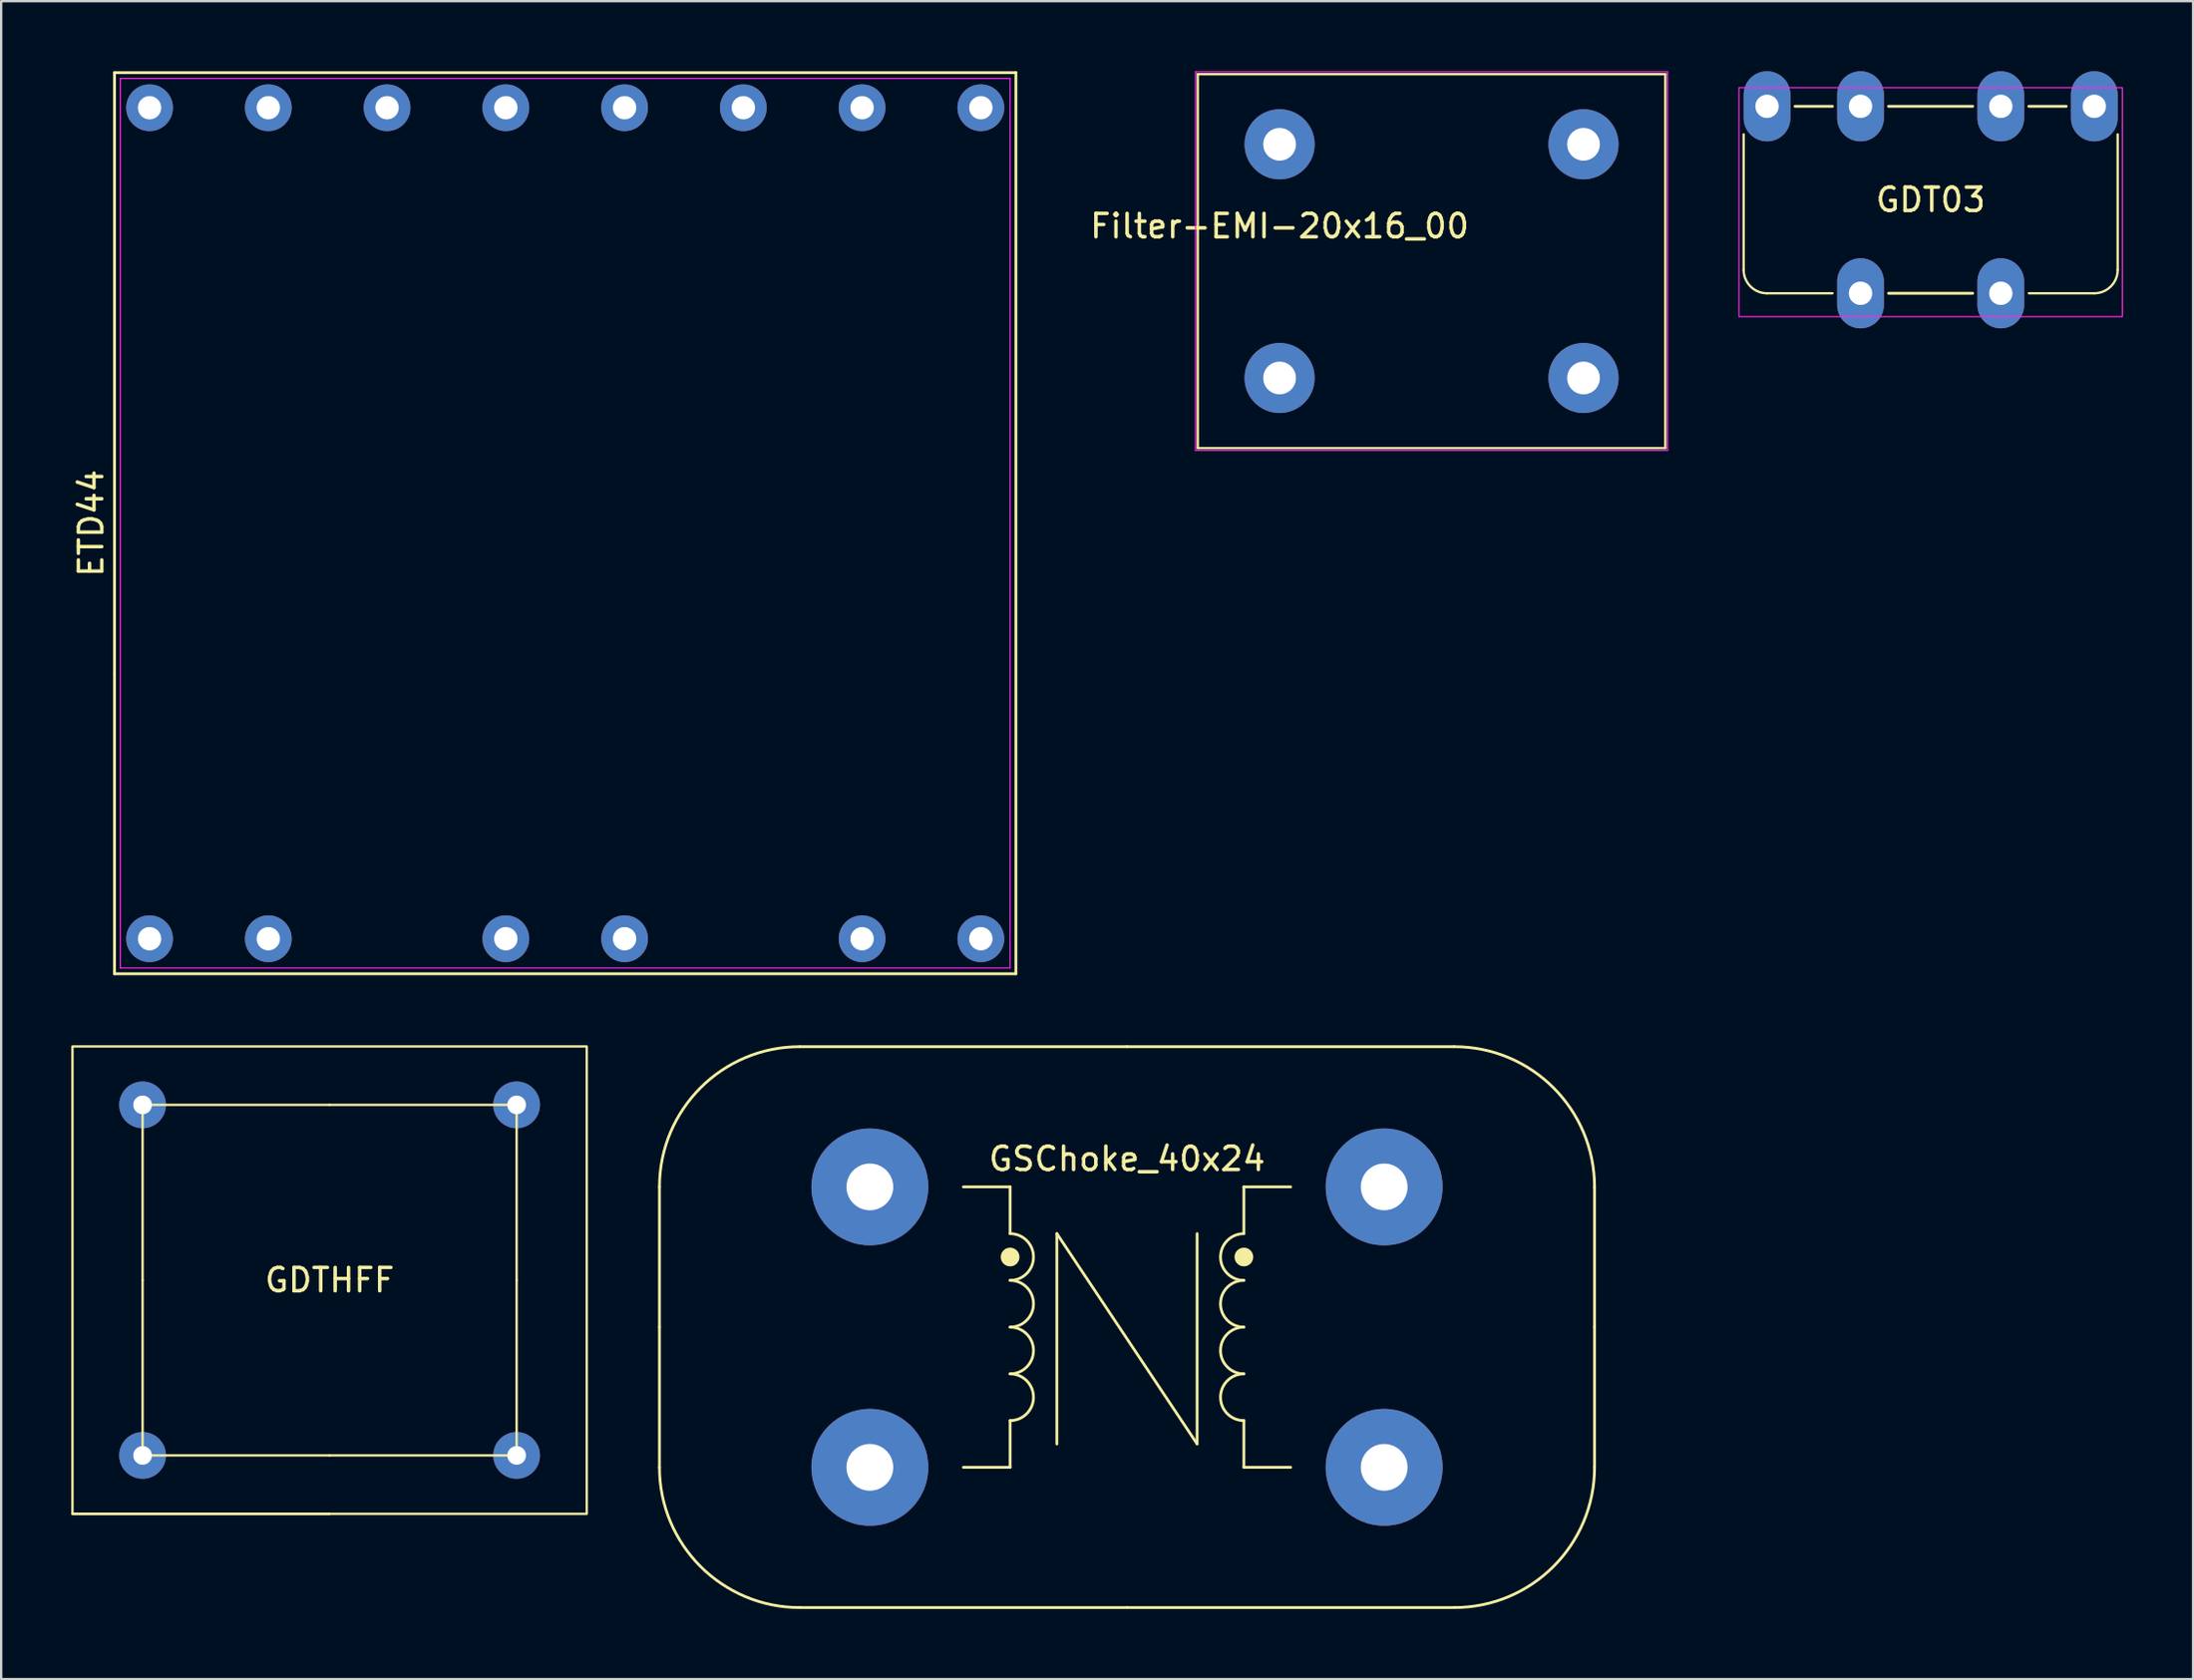
<source format=kicad_pcb>
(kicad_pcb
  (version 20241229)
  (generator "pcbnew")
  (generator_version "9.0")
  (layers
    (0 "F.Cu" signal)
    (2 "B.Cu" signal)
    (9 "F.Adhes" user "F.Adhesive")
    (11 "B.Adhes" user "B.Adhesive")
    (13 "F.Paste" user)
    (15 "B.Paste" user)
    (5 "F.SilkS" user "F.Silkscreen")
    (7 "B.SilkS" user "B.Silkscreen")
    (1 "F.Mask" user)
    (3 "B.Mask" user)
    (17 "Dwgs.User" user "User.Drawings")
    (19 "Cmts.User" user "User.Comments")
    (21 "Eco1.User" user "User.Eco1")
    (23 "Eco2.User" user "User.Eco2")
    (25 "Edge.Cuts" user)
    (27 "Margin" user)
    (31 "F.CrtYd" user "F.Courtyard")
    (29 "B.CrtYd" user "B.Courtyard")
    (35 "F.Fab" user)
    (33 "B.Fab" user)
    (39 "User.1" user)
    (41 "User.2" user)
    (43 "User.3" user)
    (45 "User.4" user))
  (footprint "GSChoke_40x24"
    (layer "F.Cu")
    (at 45.16 53.74)
    (property "Reference" "GSChoke_40x24" (at 0 -7.2 0) (layer "F.SilkS") (effects (font (size 1 1) (thickness 0.15))))
    (attr through_hole)
    (fp_line (start -20 -6) (end -20 0) (stroke (width 0.12) (type solid)) (layer "F.SilkS"))
    (fp_line (start -20 0) (end -20 6) (stroke (width 0.12) (type solid)) (layer "F.SilkS"))
    (fp_line (start -14 -12) (end 0 -12) (stroke (width 0.12) (type solid)) (layer "F.SilkS"))
    (fp_line (start -14 12) (end 0 12) (stroke (width 0.12) (type solid)) (layer "F.SilkS"))
    (fp_line (start -5 -6) (end -7 -6) (stroke (width 0.12) (type solid)) (layer "F.SilkS"))
    (fp_line (start -5 -4) (end -5 -6) (stroke (width 0.12) (type solid)) (layer "F.SilkS"))
    (fp_line (start -5 4) (end -5 6) (stroke (width 0.12) (type solid)) (layer "F.SilkS"))
    (fp_line (start -5 6) (end -7 6) (stroke (width 0.12) (type solid)) (layer "F.SilkS"))
    (fp_line (start -3 -4) (end 3 5) (stroke (width 0.12) (type solid)) (layer "F.SilkS"))
    (fp_line (start -3 5) (end -3 -4) (stroke (width 0.12) (type solid)) (layer "F.SilkS"))
    (fp_line (start 0 -12) (end 14 -12) (stroke (width 0.12) (type solid)) (layer "F.SilkS"))
    (fp_line (start 0 12) (end 14 12) (stroke (width 0.12) (type solid)) (layer "F.SilkS"))
    (fp_line (start 3 5) (end 3 -4) (stroke (width 0.12) (type solid)) (layer "F.SilkS"))
    (fp_line (start 5 -6) (end 7 -6) (stroke (width 0.12) (type solid)) (layer "F.SilkS"))
    (fp_line (start 5 -4) (end 5 -6) (stroke (width 0.12) (type solid)) (layer "F.SilkS"))
    (fp_line (start 5 4) (end 5 6) (stroke (width 0.12) (type solid)) (layer "F.SilkS"))
    (fp_line (start 5 6) (end 7 6) (stroke (width 0.12) (type solid)) (layer "F.SilkS"))
    (fp_line (start 20 -6) (end 20 0) (stroke (width 0.12) (type solid)) (layer "F.SilkS"))
    (fp_line (start 20 0) (end 20 6) (stroke (width 0.12) (type solid)) (layer "F.SilkS"))
    (fp_arc (start -20 -6) (mid -18.242641 -10.242641) (end -14 -12) (stroke (width 0.12) (type solid)) (layer "F.SilkS"))
    (fp_arc (start -14 12) (mid -18.242641 10.242641) (end -20 6) (stroke (width 0.12) (type solid)) (layer "F.SilkS"))
    (fp_arc (start -5 -4) (mid -4 -3) (end -5 -2) (stroke (width 0.12) (type solid)) (layer "F.SilkS"))
    (fp_arc (start -5 -2) (mid -4 -1) (end -5 0) (stroke (width 0.12) (type solid)) (layer "F.SilkS"))
    (fp_arc (start -5 0) (mid -4 1) (end -5 2) (stroke (width 0.12) (type solid)) (layer "F.SilkS"))
    (fp_arc (start -5 2) (mid -4 3) (end -5 4) (stroke (width 0.12) (type solid)) (layer "F.SilkS"))
    (fp_arc (start 5 -2) (mid 4 -3) (end 5 -4) (stroke (width 0.12) (type solid)) (layer "F.SilkS"))
    (fp_arc (start 5 0) (mid 4 -1) (end 5 -2) (stroke (width 0.12) (type solid)) (layer "F.SilkS"))
    (fp_arc (start 5 2) (mid 4 1) (end 5 0) (stroke (width 0.12) (type solid)) (layer "F.SilkS"))
    (fp_arc (start 5 4) (mid 4 3) (end 5 2) (stroke (width 0.12) (type solid)) (layer "F.SilkS"))
    (fp_arc (start 14 -12) (mid 18.242641 -10.242641) (end 20 -6) (stroke (width 0.12) (type solid)) (layer "F.SilkS"))
    (fp_arc (start 20 6) (mid 18.242641 10.242641) (end 14 12) (stroke (width 0.12) (type solid)) (layer "F.SilkS"))
    (fp_circle (center -5 -3) (end -4.8 -3) (stroke (width 0.4) (type solid)) (fill no) (layer "F.SilkS"))
    (fp_circle (center 5 -3) (end 5.2 -3) (stroke (width 0.4) (type solid)) (fill no) (layer "F.SilkS"))
    (pad "1" thru_hole circle (at -11 -6) (size 5 5) (drill 2) (layers "*.Cu" "*.Mask"))
    (pad "2" thru_hole circle (at 11 -6) (size 5 5) (drill 2) (layers "*.Cu" "*.Mask"))
    (pad "3" thru_hole circle (at -11 6) (size 5 5) (drill 2) (layers "*.Cu" "*.Mask"))
    (pad "4" thru_hole circle (at 11 6) (size 5 5) (drill 2) (layers "*.Cu" "*.Mask")))
  (footprint "GDT03"
    (layer "F.Cu")
    (at 79.538 5.5)
    (property "Reference" "GDT03" (at 0 0 180) (layer "F.SilkS") (effects (font (size 1 1) (thickness 0.15))))
    (attr through_hole)
    (fp_line (start -8 -2.8) (end -8 3) (stroke (width 0.1) (type default)) (layer "F.SilkS"))
    (fp_line (start -7 4) (end -4.2 4) (stroke (width 0.1) (type default)) (layer "F.SilkS"))
    (fp_line (start -4.2 -4) (end -5.8 -4) (stroke (width 0.12) (type solid)) (layer "F.SilkS"))
    (fp_line (start 1.8 -4) (end -1.8 -4) (stroke (width 0.12) (type solid)) (layer "F.SilkS"))
    (fp_line (start 1.8 4) (end -1.8 4) (stroke (width 0.12) (type solid)) (layer "F.SilkS"))
    (fp_line (start 4.2 4) (end 7 4) (stroke (width 0.1) (type default)) (layer "F.SilkS"))
    (fp_line (start 5.8 -4) (end 4.2 -4) (stroke (width 0.12) (type solid)) (layer "F.SilkS"))
    (fp_line (start 8 -2.8) (end 8 3) (stroke (width 0.1) (type default)) (layer "F.SilkS"))
    (fp_arc (start -7 4) (mid -7.707107 3.707107) (end -8 3) (stroke (width 0.1) (type default)) (layer "F.SilkS"))
    (fp_arc (start 8 3) (mid 7.707107 3.707107) (end 7 4) (stroke (width 0.1) (type default)) (layer "F.SilkS"))
    (fp_rect (start -8.2 -4.8) (end 8.2 5) (stroke (width 0.05) (type default)) (fill no) (layer "F.CrtYd"))
    (pad "1" thru_hole oval (at -3 4) (size 2 3) (drill 1) (layers "*.Cu" "*.Mask"))
    (pad "2" thru_hole oval (at 3 4) (size 2 3) (drill 1) (layers "*.Cu" "*.Mask"))
    (pad "3" thru_hole oval (at 7 -4) (size 2 3) (drill 1) (layers "*.Cu" "*.Mask"))
    (pad "4" thru_hole oval (at 3 -4) (size 2 3) (drill 1) (layers "*.Cu" "*.Mask"))
    (pad "5" thru_hole oval (at -3 -4) (size 2 3) (drill 1) (layers "*.Cu" "*.Mask"))
    (pad "6" thru_hole oval (at -7 -4) (size 2 3) (drill 1) (layers "*.Cu" "*.Mask")))
  (footprint "Filter-EMI-20x16_00"
    (layer "F.Cu")
    (at 51.688 3.125)
    (property "Reference" "Filter-EMI-20x16_00" (at 0 3.5 0) (layer "F.SilkS") (effects (font (size 1 1) (thickness 0.15))))
    (attr through_hole)
    (fp_line (start -3.5 -3) (end -3.5 13) (stroke (width 0.1) (type default)) (layer "F.SilkS"))
    (fp_line (start -3.5 -3) (end 16.5 -3) (stroke (width 0.1) (type default)) (layer "F.SilkS"))
    (fp_line (start -3.5 13) (end 16.5 13) (stroke (width 0.1) (type default)) (layer "F.SilkS"))
    (fp_line (start 16.5 -3) (end 16.5 13) (stroke (width 0.1) (type default)) (layer "F.SilkS"))
    (fp_line (start -3.6 -3.1) (end -3.6 13.1) (stroke (width 0.05) (type default)) (layer "F.CrtYd"))
    (fp_line (start -3.6 -3.1) (end 16.6 -3.1) (stroke (width 0.05) (type default)) (layer "F.CrtYd"))
    (fp_line (start 16.6 -3.1) (end 16.6 13.1) (stroke (width 0.05) (type default)) (layer "F.CrtYd"))
    (fp_line (start 16.6 13.1) (end -3.6 13.1) (stroke (width 0.05) (type default)) (layer "F.CrtYd"))
    (pad "1" thru_hole circle (at 0 0) (size 3 3) (drill 1.4) (layers "*.Cu" "*.Mask"))
    (pad "2" thru_hole circle (at 13 0) (size 3 3) (drill 1.4) (layers "*.Cu" "*.Mask"))
    (pad "3" thru_hole circle (at 13 10) (size 3 3) (drill 1.4) (layers "*.Cu" "*.Mask"))
    (pad "4" thru_hole circle (at 0 10) (size 3 3) (drill 1.4) (layers "*.Cu" "*.Mask")))
  (footprint "GDTHFF"
    (layer "F.Cu")
    (at 11.05 51.73)
    (property "Reference" "GDTHFF" (at 0 0 180) (layer "F.SilkS") (effects (font (size 1 1) (thickness 0.15))))
    (attr through_hole)
    (fp_line (start -11 10) (end 0 10) (stroke (width 0.1) (type default)) (layer "F.SilkS"))
    (fp_line (start -8 -7.5) (end 0 -7.5) (stroke (width 0.1) (type default)) (layer "F.SilkS"))
    (fp_line (start -8 0) (end -8 -7.5) (stroke (width 0.1) (type default)) (layer "F.SilkS"))
    (fp_line (start -8 7.5) (end -8 0) (stroke (width 0.1) (type default)) (layer "F.SilkS"))
    (fp_line (start -8 7.5) (end 0 7.5) (stroke (width 0.1) (type default)) (layer "F.SilkS"))
    (fp_line (start 0 -7.5) (end 8 -7.5) (stroke (width 0.1) (type default)) (layer "F.SilkS"))
    (fp_line (start 0 7.5) (end 8 7.5) (stroke (width 0.1) (type default)) (layer "F.SilkS"))
    (fp_line (start 8 0) (end 8 -7.5) (stroke (width 0.1) (type default)) (layer "F.SilkS"))
    (fp_line (start 8 7.5) (end 8 0) (stroke (width 0.1) (type default)) (layer "F.SilkS"))
    (fp_rect (start -11 10) (end 11 -10) (stroke (width 0.1) (type default)) (fill no) (layer "F.SilkS"))
    (pad "1" thru_hole circle (at -8 7.5) (size 2 2) (drill 0.8) (layers "*.Cu" "*.Mask"))
    (pad "2" thru_hole circle (at 8 7.5) (size 2 2) (drill 0.8) (layers "*.Cu" "*.Mask"))
    (pad "3" thru_hole circle (at 8 -7.5) (size 2 2) (drill 0.8) (layers "*.Cu" "*.Mask"))
    (pad "4" thru_hole circle (at -8 -7.5) (size 2 2) (drill 0.8) (layers "*.Cu" "*.Mask")))
  (footprint "ETD44"
    (layer "F.Cu")
    (at 21.128 19.34)
    (property "Reference" "ETD44" (at -20.28 0 90) (layer "F.SilkS") (effects (font (size 1 1) (thickness 0.15))))
    (attr through_hole)
    (fp_line (start -19.28 -19.28) (end -19.28 6.427) (stroke (width 0.12) (type default)) (layer "F.SilkS"))
    (fp_line (start -19.28 6.427) (end -19.28 19.28) (stroke (width 0.12) (type default)) (layer "F.SilkS"))
    (fp_line (start -19.28 19.28) (end 19.28 19.28) (stroke (width 0.12) (type default)) (layer "F.SilkS"))
    (fp_line (start 19.28 -19.28) (end -19.28 -19.28) (stroke (width 0.12) (type default)) (layer "F.SilkS"))
    (fp_line (start 19.28 19.28) (end 19.28 -19.28) (stroke (width 0.12) (type default)) (layer "F.SilkS"))
    (fp_line (start -19.03 -19.03) (end 19.03 -19.03) (stroke (width 0.05) (type default)) (layer "F.CrtYd"))
    (fp_line (start -19.03 19.03) (end -19.03 -19.03) (stroke (width 0.05) (type default)) (layer "F.CrtYd"))
    (fp_line (start 19.03 -19.03) (end 19.03 19.03) (stroke (width 0.05) (type default)) (layer "F.CrtYd"))
    (fp_line (start 19.03 19.03) (end -19.03 19.03) (stroke (width 0.05) (type default)) (layer "F.CrtYd"))
    (pad "1" thru_hole circle (at -17.78 17.78) (size 2 2) (drill 1) (layers "*.Cu" "*.Mask"))
    (pad "1" thru_hole circle (at -12.7 17.78) (size 2 2) (drill 1) (layers "*.Cu" "*.Mask"))
    (pad "2" thru_hole circle (at -2.54 17.78) (size 2 2) (drill 1) (layers "*.Cu" "*.Mask"))
    (pad "2" thru_hole circle (at 2.54 17.78) (size 2 2) (drill 1) (layers "*.Cu" "*.Mask"))
    (pad "3" thru_hole circle (at 12.7 17.78) (size 2 2) (drill 1) (layers "*.Cu" "*.Mask"))
    (pad "4" thru_hole circle (at 17.78 17.78) (size 2 2) (drill 1) (layers "*.Cu" "*.Mask"))
    (pad "9" thru_hole circle (at 17.78 -17.78) (size 2 2) (drill 1) (layers "*.Cu" "*.Mask"))
    (pad "10" thru_hole circle (at 12.7 -17.78) (size 2 2) (drill 1) (layers "*.Cu" "*.Mask"))
    (pad "11" thru_hole circle (at 7.62 -17.78) (size 2 2) (drill 1) (layers "*.Cu" "*.Mask"))
    (pad "12" thru_hole circle (at 2.54 -17.78) (size 2 2) (drill 1) (layers "*.Cu" "*.Mask"))
    (pad "13" thru_hole circle (at -2.54 -17.78) (size 2 2) (drill 1) (layers "*.Cu" "*.Mask"))
    (pad "14" thru_hole circle (at -7.62 -17.78) (size 2 2) (drill 1) (layers "*.Cu" "*.Mask"))
    (pad "15" thru_hole circle (at -12.7 -17.78) (size 2 2) (drill 1) (layers "*.Cu" "*.Mask"))
    (pad "16" thru_hole circle (at -17.78 -17.78) (size 2 2) (drill 1) (layers "*.Cu" "*.Mask")))
  (gr_rect
    (start -3 -3)
    (end 90.763 68.8)
    (stroke (width 0.1) (type default))
    (fill no)
    (layer "Edge.Cuts")))
</source>
